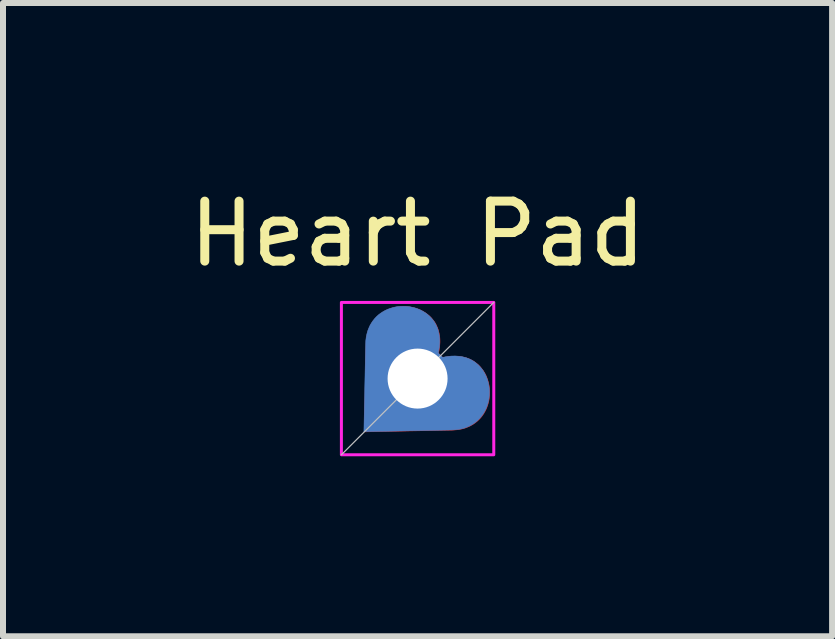
<source format=kicad_pcb>
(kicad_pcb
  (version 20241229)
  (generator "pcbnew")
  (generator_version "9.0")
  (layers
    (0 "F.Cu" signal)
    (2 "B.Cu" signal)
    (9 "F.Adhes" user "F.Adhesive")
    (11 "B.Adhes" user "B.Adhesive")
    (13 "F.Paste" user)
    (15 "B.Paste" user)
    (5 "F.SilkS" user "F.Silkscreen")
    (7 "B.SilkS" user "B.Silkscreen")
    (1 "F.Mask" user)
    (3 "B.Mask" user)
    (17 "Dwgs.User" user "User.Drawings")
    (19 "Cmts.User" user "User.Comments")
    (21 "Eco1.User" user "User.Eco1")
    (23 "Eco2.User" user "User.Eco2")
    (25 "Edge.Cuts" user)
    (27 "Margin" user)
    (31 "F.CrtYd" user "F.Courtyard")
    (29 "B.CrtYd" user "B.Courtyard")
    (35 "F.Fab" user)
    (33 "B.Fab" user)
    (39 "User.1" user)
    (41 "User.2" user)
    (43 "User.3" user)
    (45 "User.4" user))
  (footprint "Heart Pad"
    (layer "F.Cu")
    (at 3.911 3.261)
    (property "Reference" "Heart Pad" (at 0 -2.413 0) (unlocked yes) (layer "F.SilkS") (effects (font (size 1 1) (thickness 0.15))))
    (attr through_hole)
    (fp_poly (pts (xy 0.197 -1.045) (xy 0.164 -1.072) (xy 0.129 -1.098) (xy 0.093 -1.12) (xy 0.055 -1.14) (xy 0.015 -1.157) (xy -0.026 -1.171) (xy -0.067 -1.183) (xy -0.11 -1.192) (xy -0.153 -1.199) (xy -0.196 -1.202) (xy -0.24 -1.203) (xy -0.283 -1.201) (xy -0.327 -1.197) (xy -0.37 -1.189) (xy -0.413 -1.179) (xy -0.454 -1.166) (xy -0.495 -1.151) (xy -0.535 -1.132) (xy -0.573 -1.111) (xy -0.61 -1.087) (xy -0.645 -1.06) (xy -0.678 -1.031) (xy -0.709 -0.998) (xy -0.737 -0.963) (xy -0.763 -0.925) (xy -0.787 -0.884) (xy -0.807 -0.84) (xy -0.825 -0.794) (xy -0.839 -0.744) (xy -0.85 -0.692) (xy -0.857 -0.636) (xy -0.86 -0.578) (xy -0.889 0.889) (xy -0.577 0.882) (xy 0.578 0.86) (xy 0.636 0.856) (xy 0.692 0.85) (xy 0.744 0.839) (xy 0.794 0.825) (xy 0.84 0.807) (xy 0.884 0.787) (xy 0.925 0.763) (xy 0.963 0.737) (xy 0.998 0.709) (xy 1.031 0.678) (xy 1.06 0.645) (xy 1.087 0.61) (xy 1.111 0.573) (xy 1.132 0.535) (xy 1.151 0.495) (xy 1.166 0.454) (xy 1.179 0.412) (xy 1.189 0.37) (xy 1.197 0.327) (xy 1.201 0.283) (xy 1.203 0.24) (xy 1.202 0.196) (xy 1.199 0.153) (xy 1.192 0.11) (xy 1.183 0.067) (xy 1.171 0.026) (xy 1.157 -0.015) (xy 1.14 -0.055) (xy 1.12 -0.093) (xy 1.098 -0.129) (xy 1.072 -0.164) (xy 1.045 -0.197) (xy 1.018 -0.225) (xy 0.99 -0.249) (xy 0.962 -0.271) (xy 0.933 -0.291) (xy 0.903 -0.308) (xy 0.873 -0.322) (xy 0.843 -0.335) (xy 0.812 -0.346) (xy 0.782 -0.354) (xy 0.751 -0.361) (xy 0.721 -0.366) (xy 0.691 -0.37) (xy 0.632 -0.374) (xy 0.576 -0.372) (xy 0.522 -0.368) (xy 0.473 -0.36) (xy 0.429 -0.351) (xy 0.391 -0.342) (xy 0.337 -0.325) (xy 0.317 -0.317) (xy 0.325 -0.337) (xy 0.333 -0.36) (xy 0.342 -0.392) (xy 0.351 -0.429) (xy 0.36 -0.473) (xy 0.368 -0.522) (xy 0.372 -0.576) (xy 0.374 -0.604) (xy 0.374 -0.632) (xy 0.373 -0.661) (xy 0.37 -0.691) (xy 0.366 -0.721) (xy 0.361 -0.751) (xy 0.354 -0.782) (xy 0.346 -0.812) (xy 0.335 -0.843) (xy 0.322 -0.873) (xy 0.308 -0.903) (xy 0.291 -0.933) (xy 0.271 -0.962) (xy 0.249 -0.99) (xy 0.225 -1.018) (xy 0.197 -1.045)) (stroke (width 0.008) (type solid)) (fill yes) (layer "F.Cu"))
    (fp_poly (pts (xy 0.191 -1.048) (xy 0.158 -1.076) (xy 0.123 -1.101) (xy 0.087 -1.123) (xy 0.049 -1.143) (xy 0.009 -1.16) (xy -0.032 -1.175) (xy -0.073 -1.186) (xy -0.116 -1.195) (xy -0.159 -1.202) (xy -0.202 -1.205) (xy -0.246 -1.206) (xy -0.289 -1.204) (xy -0.333 -1.2) (xy -0.376 -1.193) (xy -0.419 -1.182) (xy -0.46 -1.17) (xy -0.501 -1.154) (xy -0.541 -1.136) (xy -0.579 -1.114) (xy -0.616 -1.09) (xy -0.651 -1.064) (xy -0.684 -1.034) (xy -0.715 -1.001) (xy -0.743 -0.966) (xy -0.769 -0.928) (xy -0.793 -0.887) (xy -0.813 -0.843) (xy -0.831 -0.797) (xy -0.845 -0.747) (xy -0.856 -0.695) (xy -0.863 -0.64) (xy -0.866 -0.581) (xy -0.895 0.886) (xy -0.583 0.879) (xy 0.572 0.856) (xy 0.63 0.853) (xy 0.686 0.846) (xy 0.738 0.836) (xy 0.788 0.822) (xy 0.834 0.804) (xy 0.878 0.784) (xy 0.919 0.76) (xy 0.957 0.734) (xy 0.992 0.705) (xy 1.025 0.674) (xy 1.054 0.641) (xy 1.081 0.606) (xy 1.105 0.57) (xy 1.126 0.531) (xy 1.145 0.492) (xy 1.16 0.451) (xy 1.173 0.409) (xy 1.183 0.367) (xy 1.191 0.324) (xy 1.195 0.28) (xy 1.197 0.237) (xy 1.196 0.193) (xy 1.193 0.15) (xy 1.186 0.106) (xy 1.177 0.064) (xy 1.165 0.022) (xy 1.151 -0.018) (xy 1.134 -0.058) (xy 1.114 -0.096) (xy 1.092 -0.133) (xy 1.066 -0.168) (xy 1.039 -0.2) (xy 1.012 -0.228) (xy 0.984 -0.252) (xy 0.956 -0.274) (xy 0.927 -0.294) (xy 0.897 -0.311) (xy 0.867 -0.326) (xy 0.837 -0.338) (xy 0.806 -0.349) (xy 0.776 -0.357) (xy 0.745 -0.364) (xy 0.715 -0.37) (xy 0.685 -0.373) (xy 0.626 -0.377) (xy 0.57 -0.376) (xy 0.516 -0.371) (xy 0.467 -0.364) (xy 0.423 -0.355) (xy 0.386 -0.345) (xy 0.331 -0.328) (xy 0.311 -0.321) (xy 0.319 -0.34) (xy 0.327 -0.364) (xy 0.336 -0.395) (xy 0.345 -0.433) (xy 0.354 -0.477) (xy 0.362 -0.526) (xy 0.367 -0.579) (xy 0.368 -0.607) (xy 0.368 -0.635) (xy 0.367 -0.665) (xy 0.364 -0.694) (xy 0.36 -0.724) (xy 0.355 -0.755) (xy 0.348 -0.785) (xy 0.34 -0.816) (xy 0.329 -0.846) (xy 0.316 -0.876) (xy 0.302 -0.906) (xy 0.285 -0.936) (xy 0.265 -0.965) (xy 0.243 -0.993) (xy 0.219 -1.021) (xy 0.191 -1.048)) (stroke (width 0.008) (type solid)) (fill yes) (layer "F.Mask"))
    (fp_poly (pts (xy 0.191 -1.048) (xy 0.158 -1.076) (xy 0.123 -1.101) (xy 0.087 -1.123) (xy 0.049 -1.143) (xy 0.009 -1.16) (xy -0.032 -1.175) (xy -0.073 -1.186) (xy -0.116 -1.195) (xy -0.159 -1.202) (xy -0.202 -1.205) (xy -0.246 -1.206) (xy -0.289 -1.204) (xy -0.333 -1.2) (xy -0.376 -1.193) (xy -0.419 -1.182) (xy -0.46 -1.17) (xy -0.501 -1.154) (xy -0.541 -1.136) (xy -0.579 -1.114) (xy -0.616 -1.09) (xy -0.651 -1.064) (xy -0.684 -1.034) (xy -0.715 -1.001) (xy -0.743 -0.966) (xy -0.769 -0.928) (xy -0.793 -0.887) (xy -0.813 -0.843) (xy -0.831 -0.797) (xy -0.845 -0.747) (xy -0.856 -0.695) (xy -0.863 -0.64) (xy -0.866 -0.581) (xy -0.895 0.886) (xy -0.583 0.879) (xy 0.572 0.856) (xy 0.63 0.853) (xy 0.686 0.846) (xy 0.738 0.836) (xy 0.788 0.822) (xy 0.834 0.804) (xy 0.878 0.784) (xy 0.919 0.76) (xy 0.957 0.734) (xy 0.992 0.705) (xy 1.025 0.674) (xy 1.054 0.641) (xy 1.081 0.606) (xy 1.105 0.57) (xy 1.126 0.531) (xy 1.145 0.492) (xy 1.16 0.451) (xy 1.173 0.409) (xy 1.183 0.367) (xy 1.191 0.324) (xy 1.195 0.28) (xy 1.197 0.237) (xy 1.196 0.193) (xy 1.193 0.15) (xy 1.186 0.106) (xy 1.177 0.064) (xy 1.165 0.022) (xy 1.151 -0.018) (xy 1.134 -0.058) (xy 1.114 -0.096) (xy 1.092 -0.133) (xy 1.066 -0.168) (xy 1.039 -0.2) (xy 1.012 -0.228) (xy 0.984 -0.252) (xy 0.956 -0.274) (xy 0.927 -0.294) (xy 0.897 -0.311) (xy 0.867 -0.326) (xy 0.837 -0.338) (xy 0.806 -0.349) (xy 0.776 -0.357) (xy 0.745 -0.364) (xy 0.715 -0.37) (xy 0.685 -0.373) (xy 0.626 -0.377) (xy 0.57 -0.376) (xy 0.516 -0.371) (xy 0.467 -0.364) (xy 0.423 -0.355) (xy 0.386 -0.345) (xy 0.331 -0.328) (xy 0.311 -0.321) (xy 0.319 -0.34) (xy 0.327 -0.364) (xy 0.336 -0.395) (xy 0.345 -0.433) (xy 0.354 -0.477) (xy 0.362 -0.526) (xy 0.367 -0.579) (xy 0.368 -0.607) (xy 0.368 -0.635) (xy 0.367 -0.665) (xy 0.364 -0.694) (xy 0.36 -0.724) (xy 0.355 -0.755) (xy 0.348 -0.785) (xy 0.34 -0.816) (xy 0.329 -0.846) (xy 0.316 -0.876) (xy 0.302 -0.906) (xy 0.285 -0.936) (xy 0.265 -0.965) (xy 0.243 -0.993) (xy 0.219 -1.021) (xy 0.191 -1.048)) (stroke (width 0.008) (type solid)) (fill yes) (layer "B.Cu"))
    (fp_poly (pts (xy 0.191 -1.048) (xy 0.158 -1.076) (xy 0.123 -1.101) (xy 0.087 -1.123) (xy 0.049 -1.143) (xy 0.009 -1.16) (xy -0.032 -1.175) (xy -0.073 -1.186) (xy -0.116 -1.195) (xy -0.159 -1.202) (xy -0.202 -1.205) (xy -0.246 -1.206) (xy -0.289 -1.204) (xy -0.333 -1.2) (xy -0.376 -1.193) (xy -0.419 -1.182) (xy -0.46 -1.17) (xy -0.501 -1.154) (xy -0.541 -1.136) (xy -0.579 -1.114) (xy -0.616 -1.09) (xy -0.651 -1.064) (xy -0.684 -1.034) (xy -0.715 -1.001) (xy -0.743 -0.966) (xy -0.769 -0.928) (xy -0.793 -0.887) (xy -0.813 -0.843) (xy -0.831 -0.797) (xy -0.845 -0.747) (xy -0.856 -0.695) (xy -0.863 -0.64) (xy -0.866 -0.581) (xy -0.895 0.886) (xy -0.583 0.879) (xy 0.572 0.856) (xy 0.63 0.853) (xy 0.686 0.846) (xy 0.738 0.836) (xy 0.788 0.822) (xy 0.834 0.804) (xy 0.878 0.784) (xy 0.919 0.76) (xy 0.957 0.734) (xy 0.992 0.705) (xy 1.025 0.674) (xy 1.054 0.641) (xy 1.081 0.606) (xy 1.105 0.57) (xy 1.126 0.531) (xy 1.145 0.492) (xy 1.16 0.451) (xy 1.173 0.409) (xy 1.183 0.367) (xy 1.191 0.324) (xy 1.195 0.28) (xy 1.197 0.237) (xy 1.196 0.193) (xy 1.193 0.15) (xy 1.186 0.106) (xy 1.177 0.064) (xy 1.165 0.022) (xy 1.151 -0.018) (xy 1.134 -0.058) (xy 1.114 -0.096) (xy 1.092 -0.133) (xy 1.066 -0.168) (xy 1.039 -0.2) (xy 1.012 -0.228) (xy 0.984 -0.252) (xy 0.956 -0.274) (xy 0.927 -0.294) (xy 0.897 -0.311) (xy 0.867 -0.326) (xy 0.837 -0.338) (xy 0.806 -0.349) (xy 0.776 -0.357) (xy 0.745 -0.364) (xy 0.715 -0.37) (xy 0.685 -0.373) (xy 0.626 -0.377) (xy 0.57 -0.376) (xy 0.516 -0.371) (xy 0.467 -0.364) (xy 0.423 -0.355) (xy 0.386 -0.345) (xy 0.331 -0.328) (xy 0.311 -0.321) (xy 0.319 -0.34) (xy 0.327 -0.364) (xy 0.336 -0.395) (xy 0.345 -0.433) (xy 0.354 -0.477) (xy 0.362 -0.526) (xy 0.367 -0.579) (xy 0.368 -0.607) (xy 0.368 -0.635) (xy 0.367 -0.665) (xy 0.364 -0.694) (xy 0.36 -0.724) (xy 0.355 -0.755) (xy 0.348 -0.785) (xy 0.34 -0.816) (xy 0.329 -0.846) (xy 0.316 -0.876) (xy 0.302 -0.906) (xy 0.285 -0.936) (xy 0.265 -0.965) (xy 0.243 -0.993) (xy 0.219 -1.021) (xy 0.191 -1.048)) (stroke (width 0.008) (type solid)) (fill yes) (layer "B.Mask"))
    (fp_line (start 1.27 -1.27) (end -1.27 1.27) (stroke (width 0.02) (type solid)) (layer "Dwgs.User"))
    (fp_rect (start -1.27 -1.27) (end 1.27 1.27) (stroke (width 0.05) (type solid)) (fill no) (layer "F.CrtYd"))
    (pad "1" thru_hole circle (at 0 0) (size 1.1 1.1) (drill 1) (layers "*.Cu" "*.Mask")))
  (gr_rect
    (start -3 -3)
    (end 10.821 7.556)
    (stroke (width 0.1) (type default))
    (fill no)
    (layer "Edge.Cuts")))
</source>
